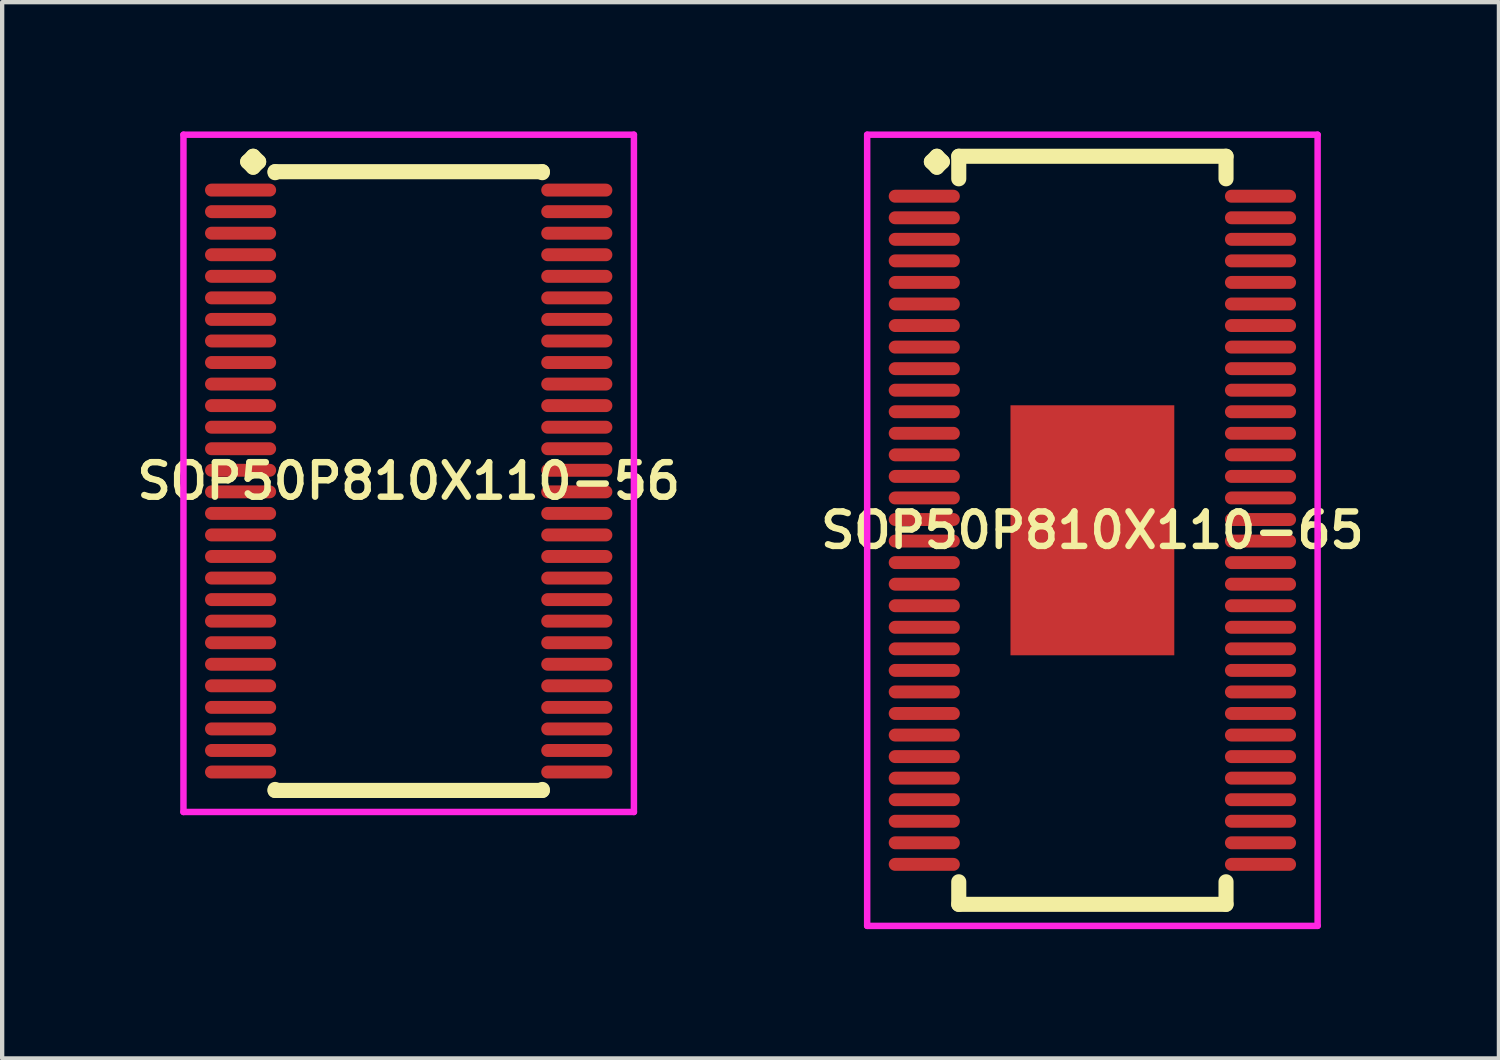
<source format=kicad_pcb>
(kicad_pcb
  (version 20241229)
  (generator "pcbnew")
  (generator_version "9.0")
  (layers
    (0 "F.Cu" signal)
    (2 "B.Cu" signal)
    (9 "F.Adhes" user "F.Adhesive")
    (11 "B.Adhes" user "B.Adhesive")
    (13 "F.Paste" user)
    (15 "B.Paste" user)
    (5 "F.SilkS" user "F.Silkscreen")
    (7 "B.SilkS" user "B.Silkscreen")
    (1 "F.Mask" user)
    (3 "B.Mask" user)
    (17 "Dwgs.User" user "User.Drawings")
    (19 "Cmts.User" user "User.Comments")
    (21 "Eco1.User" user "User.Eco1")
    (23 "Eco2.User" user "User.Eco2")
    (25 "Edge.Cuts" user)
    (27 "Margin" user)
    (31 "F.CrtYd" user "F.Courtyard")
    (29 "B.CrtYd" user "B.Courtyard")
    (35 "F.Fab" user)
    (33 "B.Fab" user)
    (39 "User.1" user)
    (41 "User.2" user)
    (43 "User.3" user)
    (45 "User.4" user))
  (footprint "SOP50P810X110-65"
    (layer "F.Cu")
    (at 22.292 9.252)
    (property "Reference" "SOP50P810X110-65" (at 0 0 0) (layer "F.SilkS") (effects (font (size 0.8 0.8) (thickness 0.15))))
    (attr smd)
    (fp_line (start -3.735 -8.55) (end -3.608 -8.677) (stroke (width 0.35) (type solid)) (layer "F.SilkS"))
    (fp_line (start -3.608 -8.677) (end -3.481 -8.55) (stroke (width 0.35) (type solid)) (layer "F.SilkS"))
    (fp_line (start -3.608 -8.423) (end -3.735 -8.55) (stroke (width 0.35) (type solid)) (layer "F.SilkS"))
    (fp_line (start -3.481 -8.55) (end -3.608 -8.423) (stroke (width 0.35) (type solid)) (layer "F.SilkS"))
    (fp_line (start -3.1 -8.677) (end 3.1 -8.677) (stroke (width 0.35) (type solid)) (layer "F.SilkS"))
    (fp_line (start -3.1 -8.154) (end -3.1 -8.677) (stroke (width 0.35) (type solid)) (layer "F.SilkS"))
    (fp_line (start -3.1 8.154) (end -3.1 8.677) (stroke (width 0.35) (type solid)) (layer "F.SilkS"))
    (fp_line (start -3.1 8.677) (end 3.1 8.677) (stroke (width 0.35) (type solid)) (layer "F.SilkS"))
    (fp_line (start 3.1 -8.677) (end 3.1 -8.154) (stroke (width 0.35) (type solid)) (layer "F.SilkS"))
    (fp_line (start 3.1 8.677) (end 3.1 8.154) (stroke (width 0.35) (type solid)) (layer "F.SilkS"))
    (fp_line (start -5.225 -9.177) (end 5.225 -9.177) (stroke (width 0.15) (type solid)) (layer "F.CrtYd"))
    (fp_line (start -5.225 9.177) (end -5.225 -9.177) (stroke (width 0.15) (type solid)) (layer "F.CrtYd"))
    (fp_line (start 5.225 -9.177) (end 5.225 9.177) (stroke (width 0.15) (type solid)) (layer "F.CrtYd"))
    (fp_line (start 5.225 9.177) (end -5.225 9.177) (stroke (width 0.15) (type solid)) (layer "F.CrtYd"))
    (pad "1" smd oval (at -3.9 -7.75) (size 1.65 0.3) (layers "F.Cu" "F.Mask" "F.Paste"))
    (pad "2" smd oval (at -3.9 -7.25) (size 1.65 0.3) (layers "F.Cu" "F.Mask" "F.Paste"))
    (pad "3" smd oval (at -3.9 -6.75) (size 1.65 0.3) (layers "F.Cu" "F.Mask" "F.Paste"))
    (pad "4" smd oval (at -3.9 -6.25) (size 1.65 0.3) (layers "F.Cu" "F.Mask" "F.Paste"))
    (pad "5" smd oval (at -3.9 -5.75) (size 1.65 0.3) (layers "F.Cu" "F.Mask" "F.Paste"))
    (pad "6" smd oval (at -3.9 -5.25) (size 1.65 0.3) (layers "F.Cu" "F.Mask" "F.Paste"))
    (pad "7" smd oval (at -3.9 -4.75) (size 1.65 0.3) (layers "F.Cu" "F.Mask" "F.Paste"))
    (pad "8" smd oval (at -3.9 -4.25) (size 1.65 0.3) (layers "F.Cu" "F.Mask" "F.Paste"))
    (pad "9" smd oval (at -3.9 -3.75) (size 1.65 0.3) (layers "F.Cu" "F.Mask" "F.Paste"))
    (pad "10" smd oval (at -3.9 -3.25) (size 1.65 0.3) (layers "F.Cu" "F.Mask" "F.Paste"))
    (pad "11" smd oval (at -3.9 -2.75) (size 1.65 0.3) (layers "F.Cu" "F.Mask" "F.Paste"))
    (pad "12" smd oval (at -3.9 -2.25) (size 1.65 0.3) (layers "F.Cu" "F.Mask" "F.Paste"))
    (pad "13" smd oval (at -3.9 -1.75) (size 1.65 0.3) (layers "F.Cu" "F.Mask" "F.Paste"))
    (pad "14" smd oval (at -3.9 -1.25) (size 1.65 0.3) (layers "F.Cu" "F.Mask" "F.Paste"))
    (pad "15" smd oval (at -3.9 -0.75) (size 1.65 0.3) (layers "F.Cu" "F.Mask" "F.Paste"))
    (pad "16" smd oval (at -3.9 -0.25) (size 1.65 0.3) (layers "F.Cu" "F.Mask" "F.Paste"))
    (pad "17" smd oval (at -3.9 0.25) (size 1.65 0.3) (layers "F.Cu" "F.Mask" "F.Paste"))
    (pad "18" smd oval (at -3.9 0.75) (size 1.65 0.3) (layers "F.Cu" "F.Mask" "F.Paste"))
    (pad "19" smd oval (at -3.9 1.25) (size 1.65 0.3) (layers "F.Cu" "F.Mask" "F.Paste"))
    (pad "20" smd oval (at -3.9 1.75) (size 1.65 0.3) (layers "F.Cu" "F.Mask" "F.Paste"))
    (pad "21" smd oval (at -3.9 2.25) (size 1.65 0.3) (layers "F.Cu" "F.Mask" "F.Paste"))
    (pad "22" smd oval (at -3.9 2.75) (size 1.65 0.3) (layers "F.Cu" "F.Mask" "F.Paste"))
    (pad "23" smd oval (at -3.9 3.25) (size 1.65 0.3) (layers "F.Cu" "F.Mask" "F.Paste"))
    (pad "24" smd oval (at -3.9 3.75) (size 1.65 0.3) (layers "F.Cu" "F.Mask" "F.Paste"))
    (pad "25" smd oval (at -3.9 4.25) (size 1.65 0.3) (layers "F.Cu" "F.Mask" "F.Paste"))
    (pad "26" smd oval (at -3.9 4.75) (size 1.65 0.3) (layers "F.Cu" "F.Mask" "F.Paste"))
    (pad "27" smd oval (at -3.9 5.25) (size 1.65 0.3) (layers "F.Cu" "F.Mask" "F.Paste"))
    (pad "28" smd oval (at -3.9 5.75) (size 1.65 0.3) (layers "F.Cu" "F.Mask" "F.Paste"))
    (pad "29" smd oval (at -3.9 6.25) (size 1.65 0.3) (layers "F.Cu" "F.Mask" "F.Paste"))
    (pad "30" smd oval (at -3.9 6.75) (size 1.65 0.3) (layers "F.Cu" "F.Mask" "F.Paste"))
    (pad "31" smd oval (at -3.9 7.25) (size 1.65 0.3) (layers "F.Cu" "F.Mask" "F.Paste"))
    (pad "32" smd oval (at -3.9 7.75) (size 1.65 0.3) (layers "F.Cu" "F.Mask" "F.Paste"))
    (pad "33" smd oval (at 3.9 7.75) (size 1.65 0.3) (layers "F.Cu" "F.Mask" "F.Paste"))
    (pad "34" smd oval (at 3.9 7.25) (size 1.65 0.3) (layers "F.Cu" "F.Mask" "F.Paste"))
    (pad "35" smd oval (at 3.9 6.75) (size 1.65 0.3) (layers "F.Cu" "F.Mask" "F.Paste"))
    (pad "36" smd oval (at 3.9 6.25) (size 1.65 0.3) (layers "F.Cu" "F.Mask" "F.Paste"))
    (pad "37" smd oval (at 3.9 5.75) (size 1.65 0.3) (layers "F.Cu" "F.Mask" "F.Paste"))
    (pad "38" smd oval (at 3.9 5.25) (size 1.65 0.3) (layers "F.Cu" "F.Mask" "F.Paste"))
    (pad "39" smd oval (at 3.9 4.75) (size 1.65 0.3) (layers "F.Cu" "F.Mask" "F.Paste"))
    (pad "40" smd oval (at 3.9 4.25) (size 1.65 0.3) (layers "F.Cu" "F.Mask" "F.Paste"))
    (pad "41" smd oval (at 3.9 3.75) (size 1.65 0.3) (layers "F.Cu" "F.Mask" "F.Paste"))
    (pad "42" smd oval (at 3.9 3.25) (size 1.65 0.3) (layers "F.Cu" "F.Mask" "F.Paste"))
    (pad "43" smd oval (at 3.9 2.75) (size 1.65 0.3) (layers "F.Cu" "F.Mask" "F.Paste"))
    (pad "44" smd oval (at 3.9 2.25) (size 1.65 0.3) (layers "F.Cu" "F.Mask" "F.Paste"))
    (pad "45" smd oval (at 3.9 1.75) (size 1.65 0.3) (layers "F.Cu" "F.Mask" "F.Paste"))
    (pad "46" smd oval (at 3.9 1.25) (size 1.65 0.3) (layers "F.Cu" "F.Mask" "F.Paste"))
    (pad "47" smd oval (at 3.9 0.75) (size 1.65 0.3) (layers "F.Cu" "F.Mask" "F.Paste"))
    (pad "48" smd oval (at 3.9 0.25) (size 1.65 0.3) (layers "F.Cu" "F.Mask" "F.Paste"))
    (pad "49" smd oval (at 3.9 -0.25) (size 1.65 0.3) (layers "F.Cu" "F.Mask" "F.Paste"))
    (pad "50" smd oval (at 3.9 -0.75) (size 1.65 0.3) (layers "F.Cu" "F.Mask" "F.Paste"))
    (pad "51" smd oval (at 3.9 -1.25) (size 1.65 0.3) (layers "F.Cu" "F.Mask" "F.Paste"))
    (pad "52" smd oval (at 3.9 -1.75) (size 1.65 0.3) (layers "F.Cu" "F.Mask" "F.Paste"))
    (pad "53" smd oval (at 3.9 -2.25) (size 1.65 0.3) (layers "F.Cu" "F.Mask" "F.Paste"))
    (pad "54" smd oval (at 3.9 -2.75) (size 1.65 0.3) (layers "F.Cu" "F.Mask" "F.Paste"))
    (pad "55" smd oval (at 3.9 -3.25) (size 1.65 0.3) (layers "F.Cu" "F.Mask" "F.Paste"))
    (pad "56" smd oval (at 3.9 -3.75) (size 1.65 0.3) (layers "F.Cu" "F.Mask" "F.Paste"))
    (pad "57" smd oval (at 3.9 -4.25) (size 1.65 0.3) (layers "F.Cu" "F.Mask" "F.Paste"))
    (pad "58" smd oval (at 3.9 -4.75) (size 1.65 0.3) (layers "F.Cu" "F.Mask" "F.Paste"))
    (pad "59" smd oval (at 3.9 -5.25) (size 1.65 0.3) (layers "F.Cu" "F.Mask" "F.Paste"))
    (pad "60" smd oval (at 3.9 -5.75) (size 1.65 0.3) (layers "F.Cu" "F.Mask" "F.Paste"))
    (pad "61" smd oval (at 3.9 -6.25) (size 1.65 0.3) (layers "F.Cu" "F.Mask" "F.Paste"))
    (pad "62" smd oval (at 3.9 -6.75) (size 1.65 0.3) (layers "F.Cu" "F.Mask" "F.Paste"))
    (pad "63" smd oval (at 3.9 -7.25) (size 1.65 0.3) (layers "F.Cu" "F.Mask" "F.Paste"))
    (pad "64" smd oval (at 3.9 -7.75) (size 1.65 0.3) (layers "F.Cu" "F.Mask" "F.Paste"))
    (pad "65" smd rect (at 0 0) (size 3.8 5.8) (layers "F.Cu" "F.Mask" "F.Paste")))
  (footprint "SOP50P810X110-56"
    (layer "F.Cu")
    (at 6.431 8.11)
    (property "Reference" "SOP50P810X110-56" (at 0 0 0) (layer "F.SilkS") (effects (font (size 0.8 0.8) (thickness 0.15))))
    (attr smd)
    (fp_line (start -3.735 -7.408) (end -3.608 -7.535) (stroke (width 0.35) (type solid)) (layer "F.SilkS"))
    (fp_line (start -3.608 -7.535) (end -3.481 -7.408) (stroke (width 0.35) (type solid)) (layer "F.SilkS"))
    (fp_line (start -3.608 -7.281) (end -3.735 -7.408) (stroke (width 0.35) (type solid)) (layer "F.SilkS"))
    (fp_line (start -3.481 -7.408) (end -3.608 -7.281) (stroke (width 0.35) (type solid)) (layer "F.SilkS"))
    (fp_line (start -3.1 -7.177) (end 3.1 -7.177) (stroke (width 0.35) (type solid)) (layer "F.SilkS"))
    (fp_line (start -3.1 -7.154) (end -3.1 -7.177) (stroke (width 0.35) (type solid)) (layer "F.SilkS"))
    (fp_line (start -3.1 7.154) (end -3.1 7.177) (stroke (width 0.35) (type solid)) (layer "F.SilkS"))
    (fp_line (start -3.1 7.177) (end 3.1 7.177) (stroke (width 0.35) (type solid)) (layer "F.SilkS"))
    (fp_line (start 3.1 -7.177) (end 3.1 -7.154) (stroke (width 0.35) (type solid)) (layer "F.SilkS"))
    (fp_line (start 3.1 7.177) (end 3.1 7.154) (stroke (width 0.35) (type solid)) (layer "F.SilkS"))
    (fp_line (start -5.225 -8.035) (end 5.225 -8.035) (stroke (width 0.15) (type solid)) (layer "F.CrtYd"))
    (fp_line (start -5.225 7.677) (end -5.225 -8.035) (stroke (width 0.15) (type solid)) (layer "F.CrtYd"))
    (fp_line (start 5.225 -8.035) (end 5.225 7.677) (stroke (width 0.15) (type solid)) (layer "F.CrtYd"))
    (fp_line (start 5.225 7.677) (end -5.225 7.677) (stroke (width 0.15) (type solid)) (layer "F.CrtYd"))
    (pad "1" smd oval (at -3.9 -6.75) (size 1.65 0.3) (layers "F.Cu" "F.Mask" "F.Paste"))
    (pad "2" smd oval (at -3.9 -6.25) (size 1.65 0.3) (layers "F.Cu" "F.Mask" "F.Paste"))
    (pad "3" smd oval (at -3.9 -5.75) (size 1.65 0.3) (layers "F.Cu" "F.Mask" "F.Paste"))
    (pad "4" smd oval (at -3.9 -5.25) (size 1.65 0.3) (layers "F.Cu" "F.Mask" "F.Paste"))
    (pad "5" smd oval (at -3.9 -4.75) (size 1.65 0.3) (layers "F.Cu" "F.Mask" "F.Paste"))
    (pad "6" smd oval (at -3.9 -4.25) (size 1.65 0.3) (layers "F.Cu" "F.Mask" "F.Paste"))
    (pad "7" smd oval (at -3.9 -3.75) (size 1.65 0.3) (layers "F.Cu" "F.Mask" "F.Paste"))
    (pad "8" smd oval (at -3.9 -3.25) (size 1.65 0.3) (layers "F.Cu" "F.Mask" "F.Paste"))
    (pad "9" smd oval (at -3.9 -2.75) (size 1.65 0.3) (layers "F.Cu" "F.Mask" "F.Paste"))
    (pad "10" smd oval (at -3.9 -2.25) (size 1.65 0.3) (layers "F.Cu" "F.Mask" "F.Paste"))
    (pad "11" smd oval (at -3.9 -1.75) (size 1.65 0.3) (layers "F.Cu" "F.Mask" "F.Paste"))
    (pad "12" smd oval (at -3.9 -1.25) (size 1.65 0.3) (layers "F.Cu" "F.Mask" "F.Paste"))
    (pad "13" smd oval (at -3.9 -0.75) (size 1.65 0.3) (layers "F.Cu" "F.Mask" "F.Paste"))
    (pad "14" smd oval (at -3.9 -0.25) (size 1.65 0.3) (layers "F.Cu" "F.Mask" "F.Paste"))
    (pad "15" smd oval (at -3.9 0.25) (size 1.65 0.3) (layers "F.Cu" "F.Mask" "F.Paste"))
    (pad "16" smd oval (at -3.9 0.75) (size 1.65 0.3) (layers "F.Cu" "F.Mask" "F.Paste"))
    (pad "17" smd oval (at -3.9 1.25) (size 1.65 0.3) (layers "F.Cu" "F.Mask" "F.Paste"))
    (pad "18" smd oval (at -3.9 1.75) (size 1.65 0.3) (layers "F.Cu" "F.Mask" "F.Paste"))
    (pad "19" smd oval (at -3.9 2.25) (size 1.65 0.3) (layers "F.Cu" "F.Mask" "F.Paste"))
    (pad "20" smd oval (at -3.9 2.75) (size 1.65 0.3) (layers "F.Cu" "F.Mask" "F.Paste"))
    (pad "21" smd oval (at -3.9 3.25) (size 1.65 0.3) (layers "F.Cu" "F.Mask" "F.Paste"))
    (pad "22" smd oval (at -3.9 3.75) (size 1.65 0.3) (layers "F.Cu" "F.Mask" "F.Paste"))
    (pad "23" smd oval (at -3.9 4.25) (size 1.65 0.3) (layers "F.Cu" "F.Mask" "F.Paste"))
    (pad "24" smd oval (at -3.9 4.75) (size 1.65 0.3) (layers "F.Cu" "F.Mask" "F.Paste"))
    (pad "25" smd oval (at -3.9 5.25) (size 1.65 0.3) (layers "F.Cu" "F.Mask" "F.Paste"))
    (pad "26" smd oval (at -3.9 5.75) (size 1.65 0.3) (layers "F.Cu" "F.Mask" "F.Paste"))
    (pad "27" smd oval (at -3.9 6.25) (size 1.65 0.3) (layers "F.Cu" "F.Mask" "F.Paste"))
    (pad "28" smd oval (at -3.9 6.75) (size 1.65 0.3) (layers "F.Cu" "F.Mask" "F.Paste"))
    (pad "29" smd oval (at 3.9 6.75) (size 1.65 0.3) (layers "F.Cu" "F.Mask" "F.Paste"))
    (pad "30" smd oval (at 3.9 6.25) (size 1.65 0.3) (layers "F.Cu" "F.Mask" "F.Paste"))
    (pad "31" smd oval (at 3.9 5.75) (size 1.65 0.3) (layers "F.Cu" "F.Mask" "F.Paste"))
    (pad "32" smd oval (at 3.9 5.25) (size 1.65 0.3) (layers "F.Cu" "F.Mask" "F.Paste"))
    (pad "33" smd oval (at 3.9 4.75) (size 1.65 0.3) (layers "F.Cu" "F.Mask" "F.Paste"))
    (pad "34" smd oval (at 3.9 4.25) (size 1.65 0.3) (layers "F.Cu" "F.Mask" "F.Paste"))
    (pad "35" smd oval (at 3.9 3.75) (size 1.65 0.3) (layers "F.Cu" "F.Mask" "F.Paste"))
    (pad "36" smd oval (at 3.9 3.25) (size 1.65 0.3) (layers "F.Cu" "F.Mask" "F.Paste"))
    (pad "37" smd oval (at 3.9 2.75) (size 1.65 0.3) (layers "F.Cu" "F.Mask" "F.Paste"))
    (pad "38" smd oval (at 3.9 2.25) (size 1.65 0.3) (layers "F.Cu" "F.Mask" "F.Paste"))
    (pad "39" smd oval (at 3.9 1.75) (size 1.65 0.3) (layers "F.Cu" "F.Mask" "F.Paste"))
    (pad "40" smd oval (at 3.9 1.25) (size 1.65 0.3) (layers "F.Cu" "F.Mask" "F.Paste"))
    (pad "41" smd oval (at 3.9 0.75) (size 1.65 0.3) (layers "F.Cu" "F.Mask" "F.Paste"))
    (pad "42" smd oval (at 3.9 0.25) (size 1.65 0.3) (layers "F.Cu" "F.Mask" "F.Paste"))
    (pad "43" smd oval (at 3.9 -0.25) (size 1.65 0.3) (layers "F.Cu" "F.Mask" "F.Paste"))
    (pad "44" smd oval (at 3.9 -0.75) (size 1.65 0.3) (layers "F.Cu" "F.Mask" "F.Paste"))
    (pad "45" smd oval (at 3.9 -1.25) (size 1.65 0.3) (layers "F.Cu" "F.Mask" "F.Paste"))
    (pad "46" smd oval (at 3.9 -1.75) (size 1.65 0.3) (layers "F.Cu" "F.Mask" "F.Paste"))
    (pad "47" smd oval (at 3.9 -2.25) (size 1.65 0.3) (layers "F.Cu" "F.Mask" "F.Paste"))
    (pad "48" smd oval (at 3.9 -2.75) (size 1.65 0.3) (layers "F.Cu" "F.Mask" "F.Paste"))
    (pad "49" smd oval (at 3.9 -3.25) (size 1.65 0.3) (layers "F.Cu" "F.Mask" "F.Paste"))
    (pad "50" smd oval (at 3.9 -3.75) (size 1.65 0.3) (layers "F.Cu" "F.Mask" "F.Paste"))
    (pad "51" smd oval (at 3.9 -4.25) (size 1.65 0.3) (layers "F.Cu" "F.Mask" "F.Paste"))
    (pad "52" smd oval (at 3.9 -4.75) (size 1.65 0.3) (layers "F.Cu" "F.Mask" "F.Paste"))
    (pad "53" smd oval (at 3.9 -5.25) (size 1.65 0.3) (layers "F.Cu" "F.Mask" "F.Paste"))
    (pad "54" smd oval (at 3.9 -5.75) (size 1.65 0.3) (layers "F.Cu" "F.Mask" "F.Paste"))
    (pad "55" smd oval (at 3.9 -6.25) (size 1.65 0.3) (layers "F.Cu" "F.Mask" "F.Paste"))
    (pad "56" smd oval (at 3.9 -6.75) (size 1.65 0.3) (layers "F.Cu" "F.Mask" "F.Paste")))
  (gr_rect
    (start -3 -3)
    (end 31.723 21.504)
    (stroke (width 0.1) (type default))
    (fill no)
    (layer "Edge.Cuts")))
</source>
